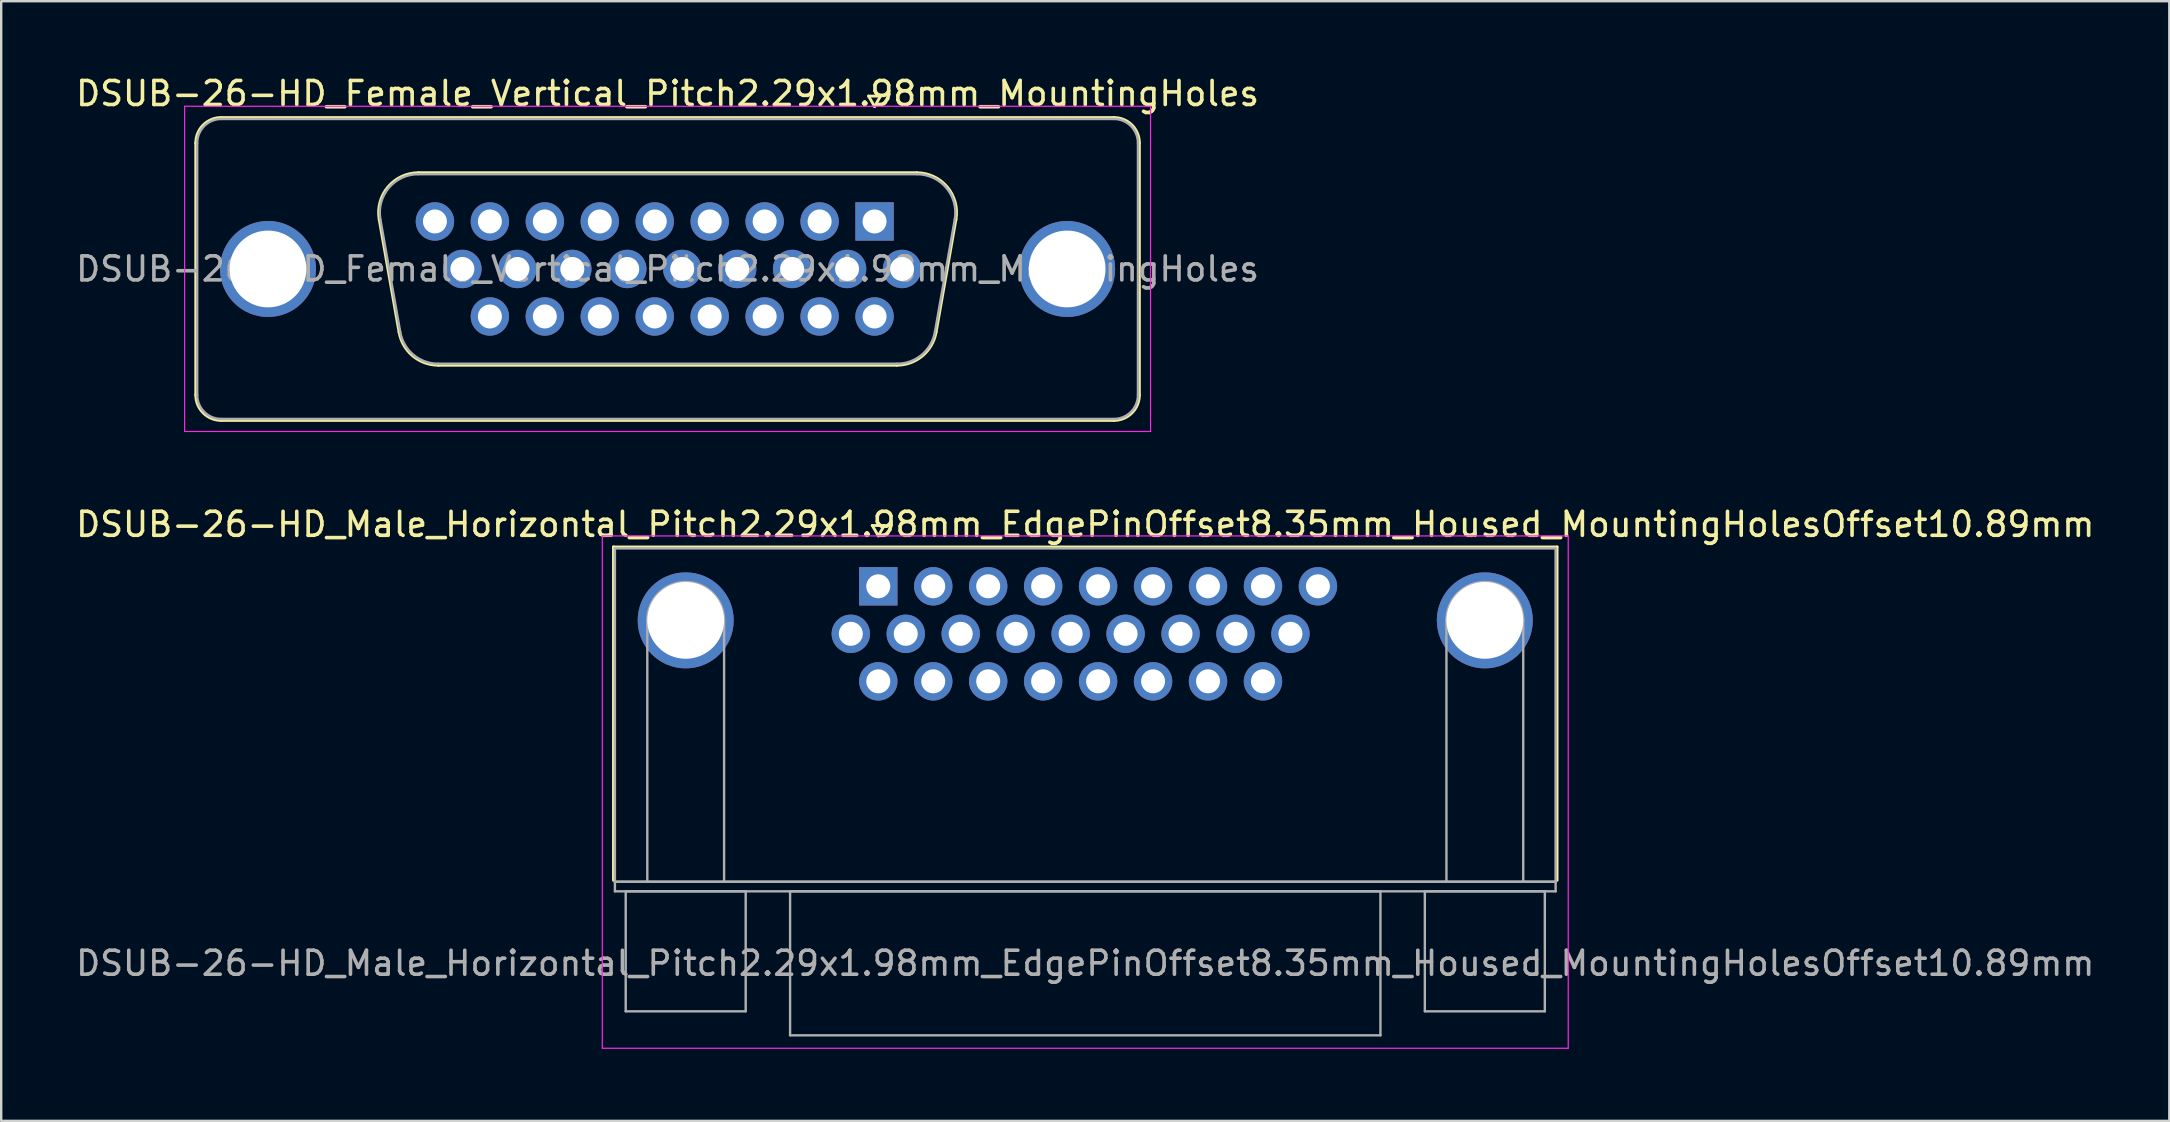
<source format=kicad_pcb>
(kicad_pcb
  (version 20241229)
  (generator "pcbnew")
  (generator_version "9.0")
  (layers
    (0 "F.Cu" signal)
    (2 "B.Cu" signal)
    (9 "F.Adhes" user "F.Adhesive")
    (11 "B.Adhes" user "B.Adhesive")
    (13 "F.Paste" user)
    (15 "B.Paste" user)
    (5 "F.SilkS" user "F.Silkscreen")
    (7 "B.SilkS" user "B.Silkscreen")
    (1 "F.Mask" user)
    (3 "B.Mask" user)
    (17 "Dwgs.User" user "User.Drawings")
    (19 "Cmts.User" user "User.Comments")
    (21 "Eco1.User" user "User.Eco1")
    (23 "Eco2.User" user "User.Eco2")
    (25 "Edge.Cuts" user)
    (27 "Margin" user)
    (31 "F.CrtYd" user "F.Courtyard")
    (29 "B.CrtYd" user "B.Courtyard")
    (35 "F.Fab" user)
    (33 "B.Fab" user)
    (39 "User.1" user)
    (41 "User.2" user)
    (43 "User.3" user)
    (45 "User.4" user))
  (footprint "DSUB-26-HD_Female_Vertical_Pitch2.29x1.98mm_MountingHoles"
    (layer "F.Cu")
    (at 33.393 6.178)
    (property "Reference" "DSUB-26-HD_Female_Vertical_Pitch2.29x1.98mm_MountingHoles" (at -8.625 -5.33 0) (layer "F.SilkS") (effects (font (size 1 1) (thickness 0.15))))
    (attr through_hole)
    (fp_line (start -28.285 7.23) (end -28.285 -3.27) (stroke (width 0.12) (type solid)) (layer "F.SilkS"))
    (fp_line (start -27.225 -4.33) (end 9.975 -4.33) (stroke (width 0.12) (type solid)) (layer "F.SilkS"))
    (fp_line (start -20.641 -0.082) (end -19.813 4.618) (stroke (width 0.12) (type solid)) (layer "F.SilkS"))
    (fp_line (start -19.007 -2.03) (end 1.757 -2.03) (stroke (width 0.12) (type solid)) (layer "F.SilkS"))
    (fp_line (start -18.178 5.99) (end 0.928 5.99) (stroke (width 0.12) (type solid)) (layer "F.SilkS"))
    (fp_line (start -0.25 -5.224) (end 0.25 -5.224) (stroke (width 0.12) (type solid)) (layer "F.SilkS"))
    (fp_line (start 0 -4.791) (end -0.25 -5.224) (stroke (width 0.12) (type solid)) (layer "F.SilkS"))
    (fp_line (start 0.25 -5.224) (end 0 -4.791) (stroke (width 0.12) (type solid)) (layer "F.SilkS"))
    (fp_line (start 3.391 -0.082) (end 2.563 4.618) (stroke (width 0.12) (type solid)) (layer "F.SilkS"))
    (fp_line (start 9.975 8.29) (end -27.225 8.29) (stroke (width 0.12) (type solid)) (layer "F.SilkS"))
    (fp_line (start 11.035 -3.27) (end 11.035 7.23) (stroke (width 0.12) (type solid)) (layer "F.SilkS"))
    (fp_arc (start -28.285 -3.27) (mid -27.974533 -4.019533) (end -27.225 -4.33) (stroke (width 0.12) (type solid)) (layer "F.SilkS"))
    (fp_arc (start -27.225 8.29) (mid -27.974533 7.979533) (end -28.285 7.23) (stroke (width 0.12) (type solid)) (layer "F.SilkS"))
    (fp_arc (start -20.64147 -0.081744) (mid -20.278323 -1.437028) (end -19.006689 -2.03) (stroke (width 0.12) (type solid)) (layer "F.SilkS"))
    (fp_arc (start -18.177952 5.99) (mid -19.244979 5.601634) (end -19.812733 4.618256) (stroke (width 0.12) (type solid)) (layer "F.SilkS"))
    (fp_arc (start 1.756689 -2.03) (mid 3.028323 -1.437027) (end 3.39147 -0.081744) (stroke (width 0.12) (type solid)) (layer "F.SilkS"))
    (fp_arc (start 2.562733 4.618256) (mid 1.99498 5.601634) (end 0.927952 5.99) (stroke (width 0.12) (type solid)) (layer "F.SilkS"))
    (fp_arc (start 9.975 -4.33) (mid 10.724533 -4.019533) (end 11.035 -3.27) (stroke (width 0.12) (type solid)) (layer "F.SilkS"))
    (fp_arc (start 11.035 7.23) (mid 10.724533 7.979533) (end 9.975 8.29) (stroke (width 0.12) (type solid)) (layer "F.SilkS"))
    (fp_line (start -28.75 -4.8) (end -28.75 8.75) (stroke (width 0.05) (type solid)) (layer "F.CrtYd"))
    (fp_line (start -28.75 8.75) (end 11.5 8.75) (stroke (width 0.05) (type solid)) (layer "F.CrtYd"))
    (fp_line (start 11.5 -4.8) (end -28.75 -4.8) (stroke (width 0.05) (type solid)) (layer "F.CrtYd"))
    (fp_line (start 11.5 8.75) (end 11.5 -4.8) (stroke (width 0.05) (type solid)) (layer "F.CrtYd"))
    (fp_line (start -28.225 7.23) (end -28.225 -3.27) (stroke (width 0.1) (type solid)) (layer "F.Fab"))
    (fp_line (start -27.225 -4.27) (end 9.975 -4.27) (stroke (width 0.1) (type solid)) (layer "F.Fab"))
    (fp_line (start -20.594 -0.092) (end -19.765 4.608) (stroke (width 0.1) (type solid)) (layer "F.Fab"))
    (fp_line (start -19.018 -1.97) (end 1.768 -1.97) (stroke (width 0.1) (type solid)) (layer "F.Fab"))
    (fp_line (start -18.189 5.93) (end 0.939 5.93) (stroke (width 0.1) (type solid)) (layer "F.Fab"))
    (fp_line (start 3.344 -0.092) (end 2.515 4.608) (stroke (width 0.1) (type solid)) (layer "F.Fab"))
    (fp_line (start 9.975 8.23) (end -27.225 8.23) (stroke (width 0.1) (type solid)) (layer "F.Fab"))
    (fp_line (start 10.975 -3.27) (end 10.975 7.23) (stroke (width 0.1) (type solid)) (layer "F.Fab"))
    (fp_arc (start -28.225 -3.27) (mid -27.932107 -3.977107) (end -27.225 -4.27) (stroke (width 0.1) (type solid)) (layer "F.Fab"))
    (fp_arc (start -27.225 8.23) (mid -27.932107 7.937107) (end -28.225 7.23) (stroke (width 0.1) (type solid)) (layer "F.Fab"))
    (fp_arc (start -20.593886 -0.092163) (mid -20.243865 -1.39846) (end -19.018194 -1.97) (stroke (width 0.1) (type solid)) (layer "F.Fab"))
    (fp_arc (start -18.189457 5.93) (mid -19.217917 5.555671) (end -19.765149 4.607837) (stroke (width 0.1) (type solid)) (layer "F.Fab"))
    (fp_arc (start 1.768194 -1.97) (mid 2.993865 -1.39846) (end 3.343886 -0.092163) (stroke (width 0.1) (type solid)) (layer "F.Fab"))
    (fp_arc (start 2.515149 4.607837) (mid 1.967917 5.555671) (end 0.939457 5.93) (stroke (width 0.1) (type solid)) (layer "F.Fab"))
    (fp_arc (start 9.975 -4.27) (mid 10.682107 -3.977107) (end 10.975 -3.27) (stroke (width 0.1) (type solid)) (layer "F.Fab"))
    (fp_arc (start 10.975 7.23) (mid 10.682107 7.937107) (end 9.975 8.23) (stroke (width 0.1) (type solid)) (layer "F.Fab"))
    (fp_text user "${REFERENCE}" (at -8.625 1.98 0) (layer "F.Fab") (effects (font (size 1 1) (thickness 0.15))))
    (pad "0" thru_hole circle (at -25.275 1.98) (size 4 4) (drill 3.2) (layers "*.Cu" "*.Mask"))
    (pad "0" thru_hole circle (at 8.025 1.98) (size 4 4) (drill 3.2) (layers "*.Cu" "*.Mask"))
    (pad "1" thru_hole rect (at 0 0) (size 1.6 1.6) (drill 1) (layers "*.Cu" "*.Mask"))
    (pad "2" thru_hole circle (at -2.29 0) (size 1.6 1.6) (drill 1) (layers "*.Cu" "*.Mask"))
    (pad "3" thru_hole circle (at -4.58 0) (size 1.6 1.6) (drill 1) (layers "*.Cu" "*.Mask"))
    (pad "4" thru_hole circle (at -6.87 0) (size 1.6 1.6) (drill 1) (layers "*.Cu" "*.Mask"))
    (pad "5" thru_hole circle (at -9.16 0) (size 1.6 1.6) (drill 1) (layers "*.Cu" "*.Mask"))
    (pad "6" thru_hole circle (at -11.45 0) (size 1.6 1.6) (drill 1) (layers "*.Cu" "*.Mask"))
    (pad "7" thru_hole circle (at -13.74 0) (size 1.6 1.6) (drill 1) (layers "*.Cu" "*.Mask"))
    (pad "8" thru_hole circle (at -16.03 0) (size 1.6 1.6) (drill 1) (layers "*.Cu" "*.Mask"))
    (pad "9" thru_hole circle (at -18.32 0) (size 1.6 1.6) (drill 1) (layers "*.Cu" "*.Mask"))
    (pad "10" thru_hole circle (at 1.145 1.98) (size 1.6 1.6) (drill 1) (layers "*.Cu" "*.Mask"))
    (pad "11" thru_hole circle (at -1.145 1.98) (size 1.6 1.6) (drill 1) (layers "*.Cu" "*.Mask"))
    (pad "12" thru_hole circle (at -3.435 1.98) (size 1.6 1.6) (drill 1) (layers "*.Cu" "*.Mask"))
    (pad "13" thru_hole circle (at -5.725 1.98) (size 1.6 1.6) (drill 1) (layers "*.Cu" "*.Mask"))
    (pad "14" thru_hole circle (at -8.015 1.98) (size 1.6 1.6) (drill 1) (layers "*.Cu" "*.Mask"))
    (pad "15" thru_hole circle (at -10.305 1.98) (size 1.6 1.6) (drill 1) (layers "*.Cu" "*.Mask"))
    (pad "16" thru_hole circle (at -12.595 1.98) (size 1.6 1.6) (drill 1) (layers "*.Cu" "*.Mask"))
    (pad "17" thru_hole circle (at -14.885 1.98) (size 1.6 1.6) (drill 1) (layers "*.Cu" "*.Mask"))
    (pad "18" thru_hole circle (at -17.175 1.98) (size 1.6 1.6) (drill 1) (layers "*.Cu" "*.Mask"))
    (pad "19" thru_hole circle (at 0 3.96) (size 1.6 1.6) (drill 1) (layers "*.Cu" "*.Mask"))
    (pad "20" thru_hole circle (at -2.29 3.96) (size 1.6 1.6) (drill 1) (layers "*.Cu" "*.Mask"))
    (pad "21" thru_hole circle (at -4.58 3.96) (size 1.6 1.6) (drill 1) (layers "*.Cu" "*.Mask"))
    (pad "22" thru_hole circle (at -6.87 3.96) (size 1.6 1.6) (drill 1) (layers "*.Cu" "*.Mask"))
    (pad "23" thru_hole circle (at -9.16 3.96) (size 1.6 1.6) (drill 1) (layers "*.Cu" "*.Mask"))
    (pad "24" thru_hole circle (at -11.45 3.96) (size 1.6 1.6) (drill 1) (layers "*.Cu" "*.Mask"))
    (pad "25" thru_hole circle (at -13.74 3.96) (size 1.6 1.6) (drill 1) (layers "*.Cu" "*.Mask"))
    (pad "26" thru_hole circle (at -16.03 3.96) (size 1.6 1.6) (drill 1) (layers "*.Cu" "*.Mask")))
  (footprint "DSUB-26-HD_Male_Horizontal_Pitch2.29x1.98mm_EdgePinOffset8.35mm_Housed_MountingHolesOffset10.89mm"
    (layer "F.Cu")
    (at 33.548 21.381)
    (property "Reference" "DSUB-26-HD_Male_Horizontal_Pitch2.29x1.98mm_EdgePinOffset8.35mm_Housed_MountingHolesOffset10.89mm" (at 8.625 -2.58 0) (layer "F.SilkS") (effects (font (size 1 1) (thickness 0.15))))
    (attr through_hole)
    (fp_line (start -11.035 -1.64) (end 28.285 -1.64) (stroke (width 0.12) (type solid)) (layer "F.SilkS"))
    (fp_line (start -11.035 12.25) (end -11.035 -1.64) (stroke (width 0.12) (type solid)) (layer "F.SilkS"))
    (fp_line (start -0.25 -2.534) (end 0.25 -2.534) (stroke (width 0.12) (type solid)) (layer "F.SilkS"))
    (fp_line (start 0 -2.101) (end -0.25 -2.534) (stroke (width 0.12) (type solid)) (layer "F.SilkS"))
    (fp_line (start 0.25 -2.534) (end 0 -2.101) (stroke (width 0.12) (type solid)) (layer "F.SilkS"))
    (fp_line (start 28.285 -1.64) (end 28.285 12.25) (stroke (width 0.12) (type solid)) (layer "F.SilkS"))
    (fp_line (start -11.5 -2.1) (end -11.5 19.25) (stroke (width 0.05) (type solid)) (layer "F.CrtYd"))
    (fp_line (start -11.5 19.25) (end 28.75 19.25) (stroke (width 0.05) (type solid)) (layer "F.CrtYd"))
    (fp_line (start 28.75 -2.1) (end -11.5 -2.1) (stroke (width 0.05) (type solid)) (layer "F.CrtYd"))
    (fp_line (start 28.75 19.25) (end 28.75 -2.1) (stroke (width 0.05) (type solid)) (layer "F.CrtYd"))
    (fp_line (start -10.975 -1.58) (end -10.975 12.31) (stroke (width 0.1) (type solid)) (layer "F.Fab"))
    (fp_line (start -10.975 12.31) (end -10.975 12.71) (stroke (width 0.1) (type solid)) (layer "F.Fab"))
    (fp_line (start -10.975 12.31) (end 28.225 12.31) (stroke (width 0.1) (type solid)) (layer "F.Fab"))
    (fp_line (start -10.975 12.71) (end 28.225 12.71) (stroke (width 0.1) (type solid)) (layer "F.Fab"))
    (fp_line (start -10.525 12.71) (end -10.525 17.71) (stroke (width 0.1) (type solid)) (layer "F.Fab"))
    (fp_line (start -10.525 17.71) (end -5.525 17.71) (stroke (width 0.1) (type solid)) (layer "F.Fab"))
    (fp_line (start -9.625 12.31) (end -9.625 1.42) (stroke (width 0.1) (type solid)) (layer "F.Fab"))
    (fp_line (start -6.425 12.31) (end -6.425 1.42) (stroke (width 0.1) (type solid)) (layer "F.Fab"))
    (fp_line (start -5.525 12.71) (end -10.525 12.71) (stroke (width 0.1) (type solid)) (layer "F.Fab"))
    (fp_line (start -5.525 17.71) (end -5.525 12.71) (stroke (width 0.1) (type solid)) (layer "F.Fab"))
    (fp_line (start -3.675 12.71) (end -3.675 18.71) (stroke (width 0.1) (type solid)) (layer "F.Fab"))
    (fp_line (start -3.675 18.71) (end 20.925 18.71) (stroke (width 0.1) (type solid)) (layer "F.Fab"))
    (fp_line (start 20.925 12.71) (end -3.675 12.71) (stroke (width 0.1) (type solid)) (layer "F.Fab"))
    (fp_line (start 20.925 18.71) (end 20.925 12.71) (stroke (width 0.1) (type solid)) (layer "F.Fab"))
    (fp_line (start 22.775 12.71) (end 22.775 17.71) (stroke (width 0.1) (type solid)) (layer "F.Fab"))
    (fp_line (start 22.775 17.71) (end 27.775 17.71) (stroke (width 0.1) (type solid)) (layer "F.Fab"))
    (fp_line (start 23.675 12.31) (end 23.675 1.42) (stroke (width 0.1) (type solid)) (layer "F.Fab"))
    (fp_line (start 26.875 12.31) (end 26.875 1.42) (stroke (width 0.1) (type solid)) (layer "F.Fab"))
    (fp_line (start 27.775 12.71) (end 22.775 12.71) (stroke (width 0.1) (type solid)) (layer "F.Fab"))
    (fp_line (start 27.775 17.71) (end 27.775 12.71) (stroke (width 0.1) (type solid)) (layer "F.Fab"))
    (fp_line (start 28.225 -1.58) (end -10.975 -1.58) (stroke (width 0.1) (type solid)) (layer "F.Fab"))
    (fp_line (start 28.225 12.31) (end -10.975 12.31) (stroke (width 0.1) (type solid)) (layer "F.Fab"))
    (fp_line (start 28.225 12.31) (end 28.225 -1.58) (stroke (width 0.1) (type solid)) (layer "F.Fab"))
    (fp_line (start 28.225 12.71) (end 28.225 12.31) (stroke (width 0.1) (type solid)) (layer "F.Fab"))
    (fp_arc (start -9.625 1.42) (mid -8.025 -0.18) (end -6.425 1.42) (stroke (width 0.1) (type solid)) (layer "F.Fab"))
    (fp_arc (start 23.675 1.42) (mid 25.275 -0.18) (end 26.875 1.42) (stroke (width 0.1) (type solid)) (layer "F.Fab"))
    (fp_text user "${REFERENCE}" (at 8.625 15.71 0) (layer "F.Fab") (effects (font (size 1 1) (thickness 0.15))))
    (pad "0" thru_hole circle (at -8.025 1.42) (size 4 4) (drill 3.2) (layers "*.Cu" "*.Mask"))
    (pad "0" thru_hole circle (at 25.275 1.42) (size 4 4) (drill 3.2) (layers "*.Cu" "*.Mask"))
    (pad "1" thru_hole rect (at 0 0) (size 1.6 1.6) (drill 1) (layers "*.Cu" "*.Mask"))
    (pad "2" thru_hole circle (at 2.29 0) (size 1.6 1.6) (drill 1) (layers "*.Cu" "*.Mask"))
    (pad "3" thru_hole circle (at 4.58 0) (size 1.6 1.6) (drill 1) (layers "*.Cu" "*.Mask"))
    (pad "4" thru_hole circle (at 6.87 0) (size 1.6 1.6) (drill 1) (layers "*.Cu" "*.Mask"))
    (pad "5" thru_hole circle (at 9.16 0) (size 1.6 1.6) (drill 1) (layers "*.Cu" "*.Mask"))
    (pad "6" thru_hole circle (at 11.45 0) (size 1.6 1.6) (drill 1) (layers "*.Cu" "*.Mask"))
    (pad "7" thru_hole circle (at 13.74 0) (size 1.6 1.6) (drill 1) (layers "*.Cu" "*.Mask"))
    (pad "8" thru_hole circle (at 16.03 0) (size 1.6 1.6) (drill 1) (layers "*.Cu" "*.Mask"))
    (pad "9" thru_hole circle (at 18.32 0) (size 1.6 1.6) (drill 1) (layers "*.Cu" "*.Mask"))
    (pad "10" thru_hole circle (at -1.145 1.98) (size 1.6 1.6) (drill 1) (layers "*.Cu" "*.Mask"))
    (pad "11" thru_hole circle (at 1.145 1.98) (size 1.6 1.6) (drill 1) (layers "*.Cu" "*.Mask"))
    (pad "12" thru_hole circle (at 3.435 1.98) (size 1.6 1.6) (drill 1) (layers "*.Cu" "*.Mask"))
    (pad "13" thru_hole circle (at 5.725 1.98) (size 1.6 1.6) (drill 1) (layers "*.Cu" "*.Mask"))
    (pad "14" thru_hole circle (at 8.015 1.98) (size 1.6 1.6) (drill 1) (layers "*.Cu" "*.Mask"))
    (pad "15" thru_hole circle (at 10.305 1.98) (size 1.6 1.6) (drill 1) (layers "*.Cu" "*.Mask"))
    (pad "16" thru_hole circle (at 12.595 1.98) (size 1.6 1.6) (drill 1) (layers "*.Cu" "*.Mask"))
    (pad "17" thru_hole circle (at 14.885 1.98) (size 1.6 1.6) (drill 1) (layers "*.Cu" "*.Mask"))
    (pad "18" thru_hole circle (at 17.175 1.98) (size 1.6 1.6) (drill 1) (layers "*.Cu" "*.Mask"))
    (pad "19" thru_hole circle (at 0 3.96) (size 1.6 1.6) (drill 1) (layers "*.Cu" "*.Mask"))
    (pad "20" thru_hole circle (at 2.29 3.96) (size 1.6 1.6) (drill 1) (layers "*.Cu" "*.Mask"))
    (pad "21" thru_hole circle (at 4.58 3.96) (size 1.6 1.6) (drill 1) (layers "*.Cu" "*.Mask"))
    (pad "22" thru_hole circle (at 6.87 3.96) (size 1.6 1.6) (drill 1) (layers "*.Cu" "*.Mask"))
    (pad "23" thru_hole circle (at 9.16 3.96) (size 1.6 1.6) (drill 1) (layers "*.Cu" "*.Mask"))
    (pad "24" thru_hole circle (at 11.45 3.96) (size 1.6 1.6) (drill 1) (layers "*.Cu" "*.Mask"))
    (pad "25" thru_hole circle (at 13.74 3.96) (size 1.6 1.6) (drill 1) (layers "*.Cu" "*.Mask"))
    (pad "26" thru_hole circle (at 16.03 3.96) (size 1.6 1.6) (drill 1) (layers "*.Cu" "*.Mask")))
  (gr_rect
    (start -3 -3)
    (end 87.345 43.657)
    (stroke (width 0.1) (type default))
    (fill no)
    (layer "Edge.Cuts")))
</source>
